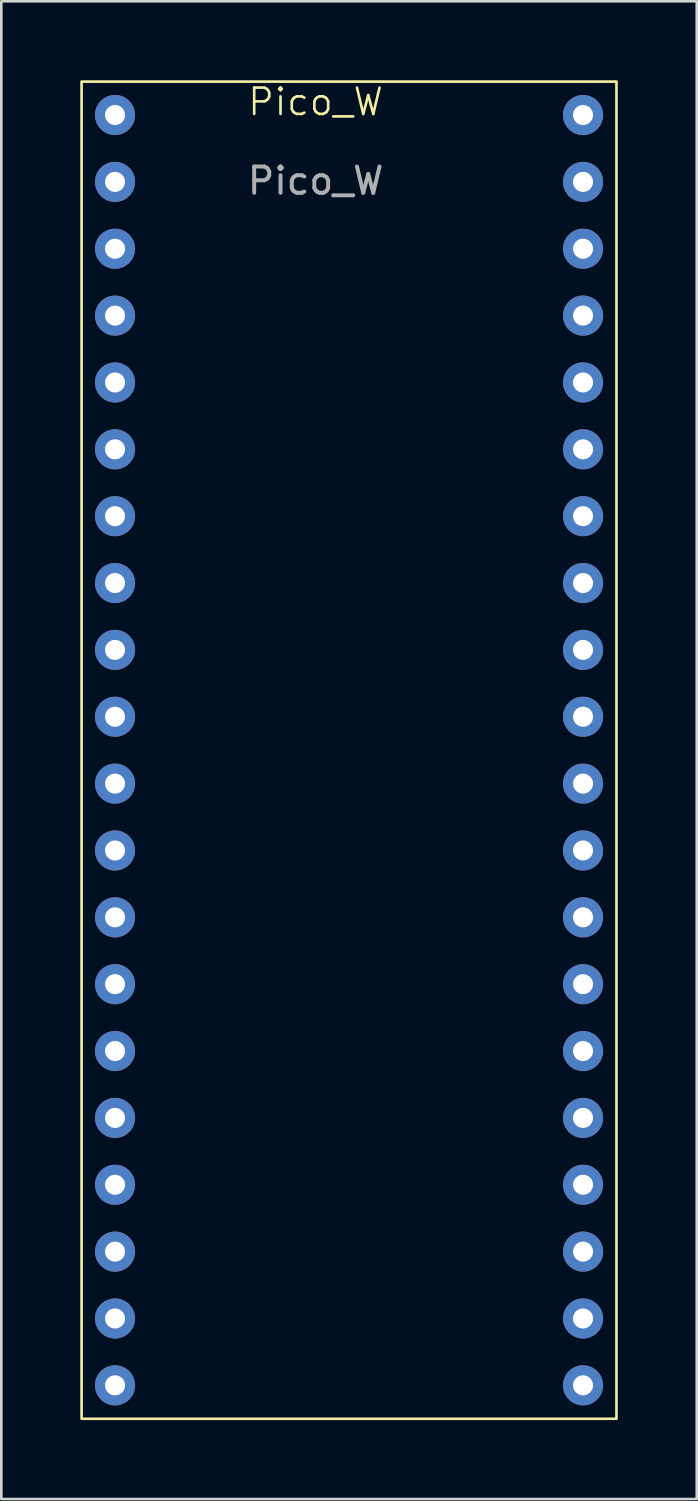
<source format=kicad_pcb>
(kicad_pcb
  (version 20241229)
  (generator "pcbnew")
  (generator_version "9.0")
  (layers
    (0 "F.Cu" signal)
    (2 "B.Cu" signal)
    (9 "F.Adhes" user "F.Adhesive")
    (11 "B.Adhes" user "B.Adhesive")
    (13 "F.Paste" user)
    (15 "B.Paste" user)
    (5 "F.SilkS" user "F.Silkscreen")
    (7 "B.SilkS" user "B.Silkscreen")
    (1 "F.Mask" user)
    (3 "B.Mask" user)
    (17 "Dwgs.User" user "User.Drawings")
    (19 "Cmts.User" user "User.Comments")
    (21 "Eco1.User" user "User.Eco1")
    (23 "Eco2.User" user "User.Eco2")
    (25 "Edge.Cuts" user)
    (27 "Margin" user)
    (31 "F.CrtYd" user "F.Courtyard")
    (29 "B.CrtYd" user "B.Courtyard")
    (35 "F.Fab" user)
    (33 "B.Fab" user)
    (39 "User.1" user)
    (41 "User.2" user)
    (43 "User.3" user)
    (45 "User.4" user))
  (footprint "Pico_W"
    (layer "F.Cu")
    (at 8.94 1.32)
    (property "Reference" "Pico_W" (at 0 -0.5 0) (unlocked yes) (layer "F.SilkS") (effects (font (size 1 1) (thickness 0.1))))
    (attr through_hole)
    (fp_rect (start -8.89 -1.27) (end 11.43 49.53) (stroke (width 0.1) (type default)) (fill no) (layer "F.SilkS"))
    (fp_text user "${REFERENCE}" (at 0 2.5 0) (unlocked yes) (layer "F.Fab") (effects (font (size 1 1) (thickness 0.15))))
    (pad "1" thru_hole circle (at -7.62 0) (size 1.524 1.524) (drill 0.762) (layers "*.Cu" "*.Mask"))
    (pad "2" thru_hole circle (at -7.62 2.54) (size 1.524 1.524) (drill 0.762) (layers "*.Cu" "*.Mask"))
    (pad "3" thru_hole circle (at -7.62 5.08) (size 1.524 1.524) (drill 0.762) (layers "*.Cu" "*.Mask"))
    (pad "4" thru_hole circle (at -7.62 7.62) (size 1.524 1.524) (drill 0.762) (layers "*.Cu" "*.Mask"))
    (pad "5" thru_hole circle (at -7.62 10.16) (size 1.524 1.524) (drill 0.762) (layers "*.Cu" "*.Mask"))
    (pad "6" thru_hole circle (at -7.62 12.7) (size 1.524 1.524) (drill 0.762) (layers "*.Cu" "*.Mask"))
    (pad "7" thru_hole circle (at -7.62 15.24) (size 1.524 1.524) (drill 0.762) (layers "*.Cu" "*.Mask"))
    (pad "8" thru_hole circle (at -7.62 17.78) (size 1.524 1.524) (drill 0.762) (layers "*.Cu" "*.Mask"))
    (pad "9" thru_hole circle (at -7.62 20.32) (size 1.524 1.524) (drill 0.762) (layers "*.Cu" "*.Mask"))
    (pad "10" thru_hole circle (at -7.62 22.86) (size 1.524 1.524) (drill 0.762) (layers "*.Cu" "*.Mask"))
    (pad "11" thru_hole circle (at -7.62 25.4) (size 1.524 1.524) (drill 0.762) (layers "*.Cu" "*.Mask"))
    (pad "12" thru_hole circle (at -7.62 27.94) (size 1.524 1.524) (drill 0.762) (layers "*.Cu" "*.Mask"))
    (pad "13" thru_hole circle (at -7.62 30.48) (size 1.524 1.524) (drill 0.762) (layers "*.Cu" "*.Mask"))
    (pad "14" thru_hole circle (at -7.62 33.02) (size 1.524 1.524) (drill 0.762) (layers "*.Cu" "*.Mask"))
    (pad "15" thru_hole circle (at -7.62 35.56) (size 1.524 1.524) (drill 0.762) (layers "*.Cu" "*.Mask"))
    (pad "16" thru_hole circle (at -7.62 38.1) (size 1.524 1.524) (drill 0.762) (layers "*.Cu" "*.Mask"))
    (pad "17" thru_hole circle (at -7.62 40.64) (size 1.524 1.524) (drill 0.762) (layers "*.Cu" "*.Mask"))
    (pad "18" thru_hole circle (at -7.62 43.18) (size 1.524 1.524) (drill 0.762) (layers "*.Cu" "*.Mask"))
    (pad "19" thru_hole circle (at -7.62 45.72) (size 1.524 1.524) (drill 0.762) (layers "*.Cu" "*.Mask"))
    (pad "20" thru_hole circle (at -7.62 48.26) (size 1.524 1.524) (drill 0.762) (layers "*.Cu" "*.Mask"))
    (pad "21" thru_hole circle (at 10.16 48.26) (size 1.524 1.524) (drill 0.762) (layers "*.Cu" "*.Mask"))
    (pad "22" thru_hole circle (at 10.16 45.72) (size 1.524 1.524) (drill 0.762) (layers "*.Cu" "*.Mask"))
    (pad "23" thru_hole circle (at 10.16 43.18) (size 1.524 1.524) (drill 0.762) (layers "*.Cu" "*.Mask"))
    (pad "24" thru_hole circle (at 10.16 40.64) (size 1.524 1.524) (drill 0.762) (layers "*.Cu" "*.Mask"))
    (pad "25" thru_hole circle (at 10.16 38.1) (size 1.524 1.524) (drill 0.762) (layers "*.Cu" "*.Mask"))
    (pad "26" thru_hole circle (at 10.16 35.56) (size 1.524 1.524) (drill 0.762) (layers "*.Cu" "*.Mask"))
    (pad "27" thru_hole circle (at 10.16 33.02) (size 1.524 1.524) (drill 0.762) (layers "*.Cu" "*.Mask"))
    (pad "28" thru_hole circle (at 10.16 30.48) (size 1.524 1.524) (drill 0.762) (layers "*.Cu" "*.Mask"))
    (pad "29" thru_hole circle (at 10.16 27.94) (size 1.524 1.524) (drill 0.762) (layers "*.Cu" "*.Mask"))
    (pad "30" thru_hole circle (at 10.16 25.4) (size 1.524 1.524) (drill 0.762) (layers "*.Cu" "*.Mask"))
    (pad "31" thru_hole circle (at 10.16 22.86) (size 1.524 1.524) (drill 0.762) (layers "*.Cu" "*.Mask"))
    (pad "32" thru_hole circle (at 10.16 20.32) (size 1.524 1.524) (drill 0.762) (layers "*.Cu" "*.Mask"))
    (pad "33" thru_hole circle (at 10.16 17.78) (size 1.524 1.524) (drill 0.762) (layers "*.Cu" "*.Mask"))
    (pad "34" thru_hole circle (at 10.16 15.24) (size 1.524 1.524) (drill 0.762) (layers "*.Cu" "*.Mask"))
    (pad "35" thru_hole circle (at 10.16 12.7) (size 1.524 1.524) (drill 0.762) (layers "*.Cu" "*.Mask"))
    (pad "36" thru_hole circle (at 10.16 10.16) (size 1.524 1.524) (drill 0.762) (layers "*.Cu" "*.Mask"))
    (pad "37" thru_hole circle (at 10.16 7.62) (size 1.524 1.524) (drill 0.762) (layers "*.Cu" "*.Mask"))
    (pad "38" thru_hole circle (at 10.16 5.08) (size 1.524 1.524) (drill 0.762) (layers "*.Cu" "*.Mask"))
    (pad "39" thru_hole circle (at 10.16 2.54) (size 1.524 1.524) (drill 0.762) (layers "*.Cu" "*.Mask"))
    (pad "40" thru_hole circle (at 10.16 0) (size 1.524 1.524) (drill 0.762) (layers "*.Cu" "*.Mask")))
  (gr_rect
    (start -3 -3)
    (end 23.42 53.9)
    (stroke (width 0.1) (type default))
    (fill no)
    (layer "Edge.Cuts")))
</source>
